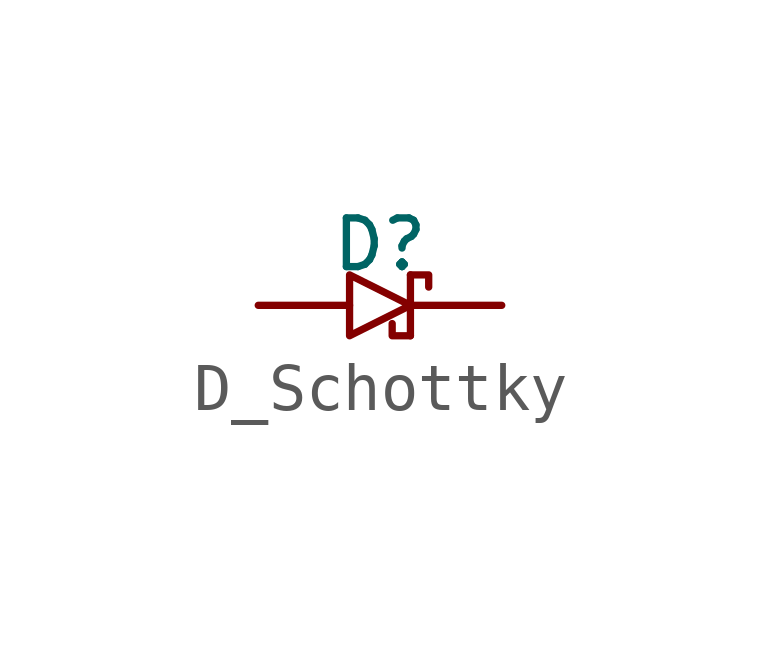
<source format=kicad_sym>
(kicad_symbol_lib
  (version 20231120)
  (generator "kicad_symbol_editor")
  (generator_version "8.0")
  (symbol "D_Schottky"
    (pin_numbers hide)
    (property "Reference" "D"
      (at 0 1.27 0)
      (effects (font (size 1.016 1.016))))
    (property "Value" ""
      (at 0 0 0)
      (effects (font (size 1.27 1.27))))
    (symbol "D_Schottky_0_1"
      (polyline (pts (xy 0.635 -0.635) (xy 0.635 0.635)) (stroke (width 0) (type default)) (fill (type none)))
      (polyline (pts (xy 0.635 -0.635) (xy 0.254 -0.635) (xy 0.254 -0.381)) (stroke (width 0) (type default)) (fill (type none)))
      (polyline (pts (xy 0.635 0.635) (xy 1.016 0.635) (xy 1.016 0.381)) (stroke (width 0) (type default)) (fill (type none)))
      (polyline (pts (xy -0.635 0.635) (xy -0.635 -0.635) (xy 0.635 0) (xy -0.635 0.635)) (stroke (width 0) (type default)) (fill (type none))))
    (symbol "D_Schottky_1_0"
      (pin passive line (at -2.54 0 0) (length 1.905) (name "" (effects (font (size 1.27 1.27)))) (number "1" (effects (font (size 1.27 1.27)))))
      (pin passive line (at 2.54 0 180) (length 1.905) (name "" (effects (font (size 1.27 1.27)))) (number "2" (effects (font (size 1.27 1.27))))))))
</source>
